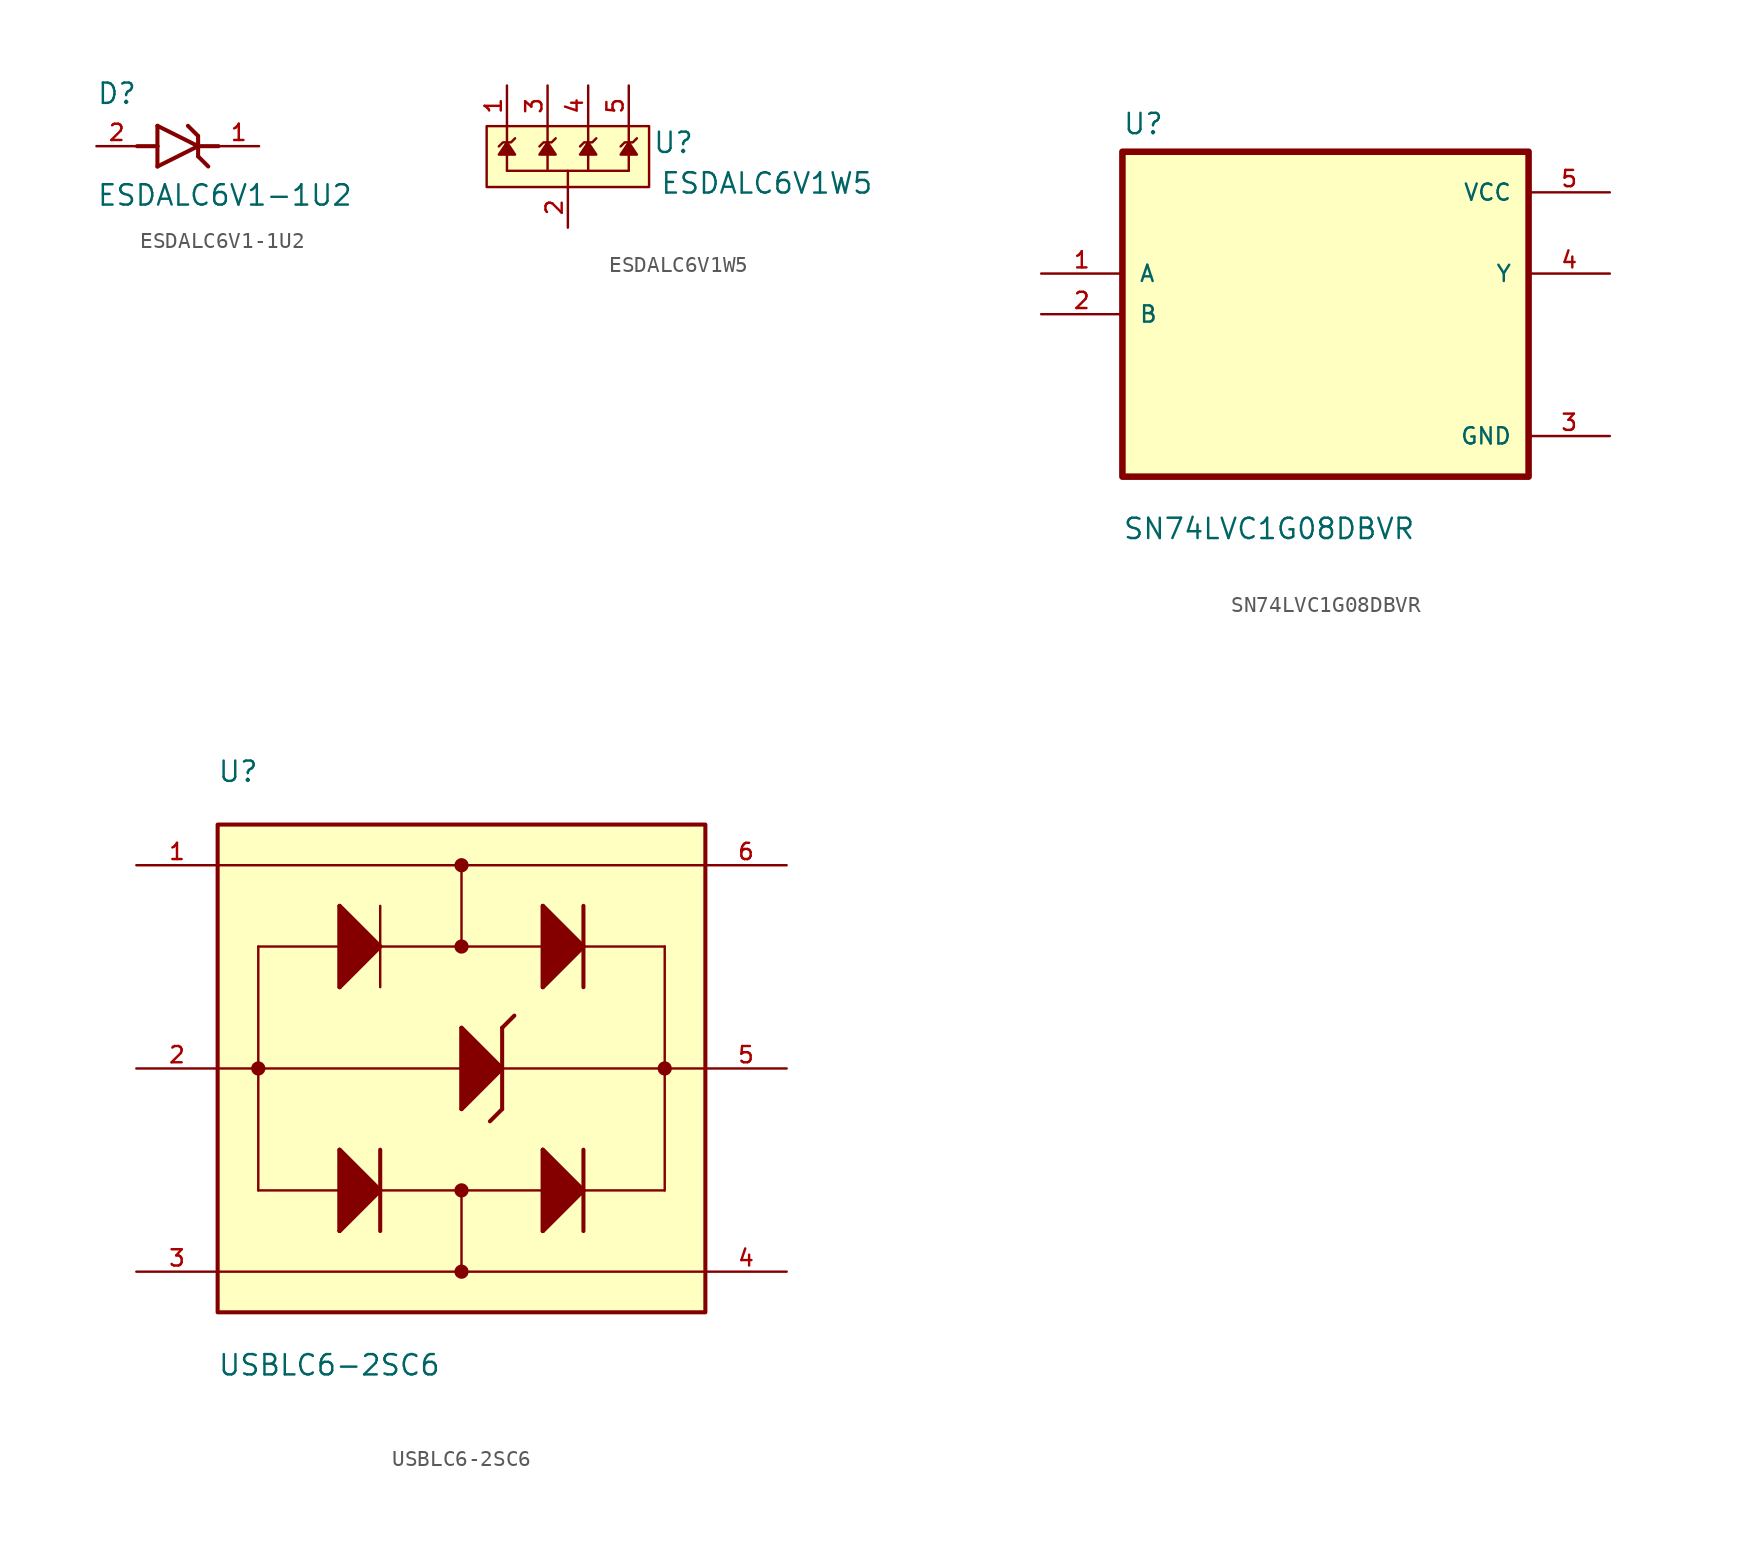
<source format=kicad_sym>
(kicad_symbol_lib
  (version 20231120)
  (generator "kicad_symbol_editor")
  (generator_version "8.0")
  (symbol "ESDALC6V1-1U2"
    (pin_names
      (offset 1.016))
    (property "Reference" "D"
      (at -5.08 2.54 0)
      (effects (font (size 1.27 1.27)) (justify left bottom)))
    (property "Value" "ESDALC6V1-1U2"
      (at -5.08 -3.81 0)
      (effects (font (size 1.27 1.27)) (justify left bottom)))
    (symbol "ESDALC6V1-1U2_0_0"
      (polyline (pts (xy -2.54 0) (xy -1.27 0)) (stroke (width 0.254) (type default)) (fill (type none)))
      (polyline (pts (xy -1.27 -1.27) (xy 1.27 0)) (stroke (width 0.254) (type default)) (fill (type none)))
      (polyline (pts (xy -1.27 0) (xy -1.27 -1.27)) (stroke (width 0.254) (type default)) (fill (type none)))
      (polyline (pts (xy -1.27 1.27) (xy -1.27 0)) (stroke (width 0.254) (type default)) (fill (type none)))
      (polyline (pts (xy 0.635 1.27) (xy 1.27 0.635)) (stroke (width 0.254) (type default)) (fill (type none)))
      (polyline (pts (xy 1.27 -0.635) (xy 1.905 -1.27)) (stroke (width 0.254) (type default)) (fill (type none)))
      (polyline (pts (xy 1.27 0) (xy -1.27 1.27)) (stroke (width 0.254) (type default)) (fill (type none)))
      (polyline (pts (xy 1.27 0) (xy 1.27 -0.635)) (stroke (width 0.254) (type default)) (fill (type none)))
      (polyline (pts (xy 1.27 0.635) (xy 1.27 0)) (stroke (width 0.254) (type default)) (fill (type none)))
      (polyline (pts (xy 2.54 0) (xy 1.27 0)) (stroke (width 0.254) (type default)) (fill (type none)))
      (pin passive line (at 5.08 0 180) (length 2.54) (name "~" (effects (font (size 1.016 1.016)))) (number "1" (effects (font (size 1.016 1.016)))))
      (pin passive line (at -5.08 0 0) (length 2.54) (name "~" (effects (font (size 1.016 1.016)))) (number "2" (effects (font (size 1.016 1.016)))))))
  (symbol "ESDALC6V1W5"
    (pin_names
      (offset 1.016))
    (property "Reference" "U"
      (at 6.604 -1.778 0)
      (effects (font (size 1.27 1.27)) (justify bottom)))
    (property "Value" "ESDALC6V1W5"
      (at 12.446 -4.318 0)
      (effects (font (size 1.27 1.27)) (justify bottom)))
    (symbol "ESDALC6V1W5_0_1"
      (rectangle (start -5.08 0) (end 5.08 -3.81) (stroke (width 0) (type default)) (fill (type background)))
      (polyline (pts (xy -3.81 -2.794) (xy 3.81 -2.794)) (stroke (width 0) (type default)) (fill (type none)))
      (polyline (pts (xy -3.81 -1.778) (xy -3.81 -2.794)) (stroke (width 0) (type default)) (fill (type none)))
      (polyline (pts (xy -3.81 -1.016) (xy -3.81 0)) (stroke (width 0) (type default)) (fill (type none)))
      (polyline (pts (xy -1.27 -1.778) (xy -1.27 -2.794)) (stroke (width 0) (type default)) (fill (type none)))
      (polyline (pts (xy -1.27 -1.016) (xy -1.27 0)) (stroke (width 0) (type default)) (fill (type none)))
      (polyline (pts (xy 0 -2.794) (xy 0 -3.81)) (stroke (width 0) (type default)) (fill (type none)))
      (polyline (pts (xy 1.27 -1.778) (xy 1.27 -2.794)) (stroke (width 0) (type default)) (fill (type none)))
      (polyline (pts (xy 1.27 -1.016) (xy 1.27 0)) (stroke (width 0) (type default)) (fill (type none)))
      (polyline (pts (xy 3.81 -1.778) (xy 3.81 -2.794)) (stroke (width 0) (type default)) (fill (type none)))
      (polyline (pts (xy 3.81 -1.016) (xy 3.81 0)) (stroke (width 0) (type default)) (fill (type none)))
      (polyline (pts (xy -4.318 -1.27) (xy -4.064 -1.016) (xy -3.556 -1.016) (xy -3.302 -0.762)) (stroke (width 0) (type default)) (fill (type none)))
      (polyline (pts (xy -3.81 -1.016) (xy -4.318 -1.778) (xy -3.302 -1.778) (xy -3.81 -1.016)) (stroke (width 0) (type default)) (fill (type outline)))
      (polyline (pts (xy -1.778 -1.27) (xy -1.524 -1.016) (xy -1.016 -1.016) (xy -0.762 -0.762)) (stroke (width 0) (type default)) (fill (type none)))
      (polyline (pts (xy -1.27 -1.016) (xy -1.778 -1.778) (xy -0.762 -1.778) (xy -1.27 -1.016)) (stroke (width 0) (type default)) (fill (type outline)))
      (polyline (pts (xy 0.762 -1.27) (xy 1.016 -1.016) (xy 1.524 -1.016) (xy 1.778 -0.762)) (stroke (width 0) (type default)) (fill (type none)))
      (polyline (pts (xy 1.27 -1.016) (xy 0.762 -1.778) (xy 1.778 -1.778) (xy 1.27 -1.016)) (stroke (width 0) (type default)) (fill (type outline)))
      (polyline (pts (xy 3.302 -1.27) (xy 3.556 -1.016) (xy 4.064 -1.016) (xy 4.318 -0.762)) (stroke (width 0) (type default)) (fill (type none)))
      (polyline (pts (xy 3.81 -1.016) (xy 3.302 -1.778) (xy 4.318 -1.778) (xy 3.81 -1.016)) (stroke (width 0) (type default)) (fill (type outline))))
    (symbol "ESDALC6V1W5_1_0"
      (pin bidirectional line (at -3.81 2.54 270) (length 2.54) (name "" (effects (font (size 1.016 1.016)))) (number "1" (effects (font (size 1.016 1.016)))))
      (pin bidirectional line (at -1.27 2.54 270) (length 2.54) (name "" (effects (font (size 1.016 1.016)))) (number "3" (effects (font (size 1.016 1.016)))))
      (pin bidirectional line (at 1.27 2.54 270) (length 2.54) (name "" (effects (font (size 1.016 1.016)))) (number "4" (effects (font (size 1.016 1.016)))))
      (pin bidirectional line (at 3.81 2.54 270) (length 2.54) (name "" (effects (font (size 1.016 1.016)))) (number "5" (effects (font (size 1.016 1.016)))))
      (pin power_in line (at 0 -6.35 90) (length 2.54) (name "" (effects (font (size 1.016 1.016)))) (number "2" (effects (font (size 1.016 1.016)))))))
  (symbol "SN74LVC1G08DBVR"
    (pin_names
      (offset 1.016))
    (property "Reference" "U"
      (at -12.7 11.16 0)
      (effects (font (size 1.27 1.27)) (justify left bottom)))
    (property "Value" "SN74LVC1G08DBVR"
      (at -12.7 -14.16 0)
      (effects (font (size 1.27 1.27)) (justify left bottom)))
    (symbol "SN74LVC1G08DBVR_0_0"
      (rectangle (start -12.7 -10.16) (end 12.7 10.16) (stroke (width 0.41) (type default)) (fill (type background)))
      (pin input line (at -17.78 2.54 0) (length 5.08) (name "A" (effects (font (size 1.016 1.016)))) (number "1" (effects (font (size 1.016 1.016)))))
      (pin input line (at -17.78 0 0) (length 5.08) (name "B" (effects (font (size 1.016 1.016)))) (number "2" (effects (font (size 1.016 1.016)))))
      (pin power_in line (at 17.78 -7.62 180) (length 5.08) (name "GND" (effects (font (size 1.016 1.016)))) (number "3" (effects (font (size 1.016 1.016)))))
      (pin output line (at 17.78 2.54 180) (length 5.08) (name "Y" (effects (font (size 1.016 1.016)))) (number "4" (effects (font (size 1.016 1.016)))))
      (pin power_in line (at 17.78 7.62 180) (length 5.08) (name "VCC" (effects (font (size 1.016 1.016)))) (number "5" (effects (font (size 1.016 1.016)))))))
  (symbol "USBLC6-2SC6"
    (pin_names
      (offset 1.016))
    (property "Reference" "U"
      (at -15.269 17.809 0)
      (effects (font (size 1.27 1.27)) (justify left bottom)))
    (property "Value" "USBLC6-2SC6"
      (at -15.256 -17.796 0)
      (effects (font (size 1.27 1.27)) (justify left top)))
    (symbol "USBLC6-2SC6_0_0"
      (rectangle (start -15.24 -15.24) (end 15.24 15.24) (stroke (width 0.254) (type default)) (fill (type background)))
      (circle (center -12.7 0) (radius 0.254) (stroke (width 0.381) (type default)) (fill (type none)))
      (circle (center 0 -12.7) (radius 0.254) (stroke (width 0.381) (type default)) (fill (type none)))
      (circle (center 0 -7.62) (radius 0.254) (stroke (width 0.381) (type default)) (fill (type none)))
      (polyline (pts (xy -15.24 -12.7) (xy 0 -12.7)) (stroke (width 0.152) (type default)) (fill (type none)))
      (polyline (pts (xy -15.24 12.7) (xy 0 12.7)) (stroke (width 0.152) (type default)) (fill (type none)))
      (polyline (pts (xy -12.7 -7.62) (xy -7.62 -7.62)) (stroke (width 0.152) (type default)) (fill (type none)))
      (polyline (pts (xy -12.7 0) (xy -15.24 0)) (stroke (width 0.152) (type default)) (fill (type none)))
      (polyline (pts (xy -12.7 0) (xy -12.7 -7.62)) (stroke (width 0.152) (type default)) (fill (type none)))
      (polyline (pts (xy -12.7 0) (xy 0 0)) (stroke (width 0.152) (type default)) (fill (type none)))
      (polyline (pts (xy -12.7 7.62) (xy -12.7 0)) (stroke (width 0.152) (type default)) (fill (type none)))
      (polyline (pts (xy -12.7 7.62) (xy -7.62 7.62)) (stroke (width 0.152) (type default)) (fill (type none)))
      (polyline (pts (xy -7.62 -10.16) (xy -7.62 -7.62)) (stroke (width 0.254) (type default)) (fill (type none)))
      (polyline (pts (xy -7.62 -7.62) (xy -7.62 -5.08)) (stroke (width 0.254) (type default)) (fill (type none)))
      (polyline (pts (xy -7.62 -5.08) (xy -5.08 -7.62)) (stroke (width 0.254) (type default)) (fill (type none)))
      (polyline (pts (xy -7.62 5.08) (xy -7.62 7.62)) (stroke (width 0.254) (type default)) (fill (type none)))
      (polyline (pts (xy -7.62 7.62) (xy -7.62 10.16)) (stroke (width 0.254) (type default)) (fill (type none)))
      (polyline (pts (xy -7.62 10.16) (xy -5.08 7.62)) (stroke (width 0.254) (type default)) (fill (type none)))
      (polyline (pts (xy -5.08 -7.62) (xy -7.62 -10.16)) (stroke (width 0.254) (type default)) (fill (type none)))
      (polyline (pts (xy -5.08 -7.62) (xy -5.08 -10.16)) (stroke (width 0.254) (type default)) (fill (type none)))
      (polyline (pts (xy -5.08 -7.62) (xy 0 -7.62)) (stroke (width 0.152) (type default)) (fill (type none)))
      (polyline (pts (xy -5.08 -5.08) (xy -5.08 -7.62)) (stroke (width 0.254) (type default)) (fill (type none)))
      (polyline (pts (xy -5.08 7.62) (xy -7.62 5.08)) (stroke (width 0.254) (type default)) (fill (type none)))
      (polyline (pts (xy -5.08 7.62) (xy -5.08 5.08)) (stroke (width 0.152) (type default)) (fill (type none)))
      (polyline (pts (xy -5.08 7.62) (xy 0 7.62)) (stroke (width 0.152) (type default)) (fill (type none)))
      (polyline (pts (xy -5.08 10.16) (xy -5.08 7.62)) (stroke (width 0.152) (type default)) (fill (type none)))
      (polyline (pts (xy 0 -7.62) (xy 0 -12.7)) (stroke (width 0.152) (type default)) (fill (type none)))
      (polyline (pts (xy 0 -7.62) (xy 5.08 -7.62)) (stroke (width 0.152) (type default)) (fill (type none)))
      (polyline (pts (xy 0 -2.54) (xy 0 0)) (stroke (width 0.254) (type default)) (fill (type none)))
      (polyline (pts (xy 0 0) (xy 0 2.54)) (stroke (width 0.254) (type default)) (fill (type none)))
      (polyline (pts (xy 0 2.54) (xy 2.54 0)) (stroke (width 0.254) (type default)) (fill (type none)))
      (polyline (pts (xy 0 7.62) (xy 0 12.7)) (stroke (width 0.152) (type default)) (fill (type none)))
      (polyline (pts (xy 0 7.62) (xy 5.08 7.62)) (stroke (width 0.152) (type default)) (fill (type none)))
      (polyline (pts (xy 0 12.7) (xy 15.24 12.7)) (stroke (width 0.152) (type default)) (fill (type none)))
      (polyline (pts (xy 2.54 -2.54) (xy 1.778 -3.302)) (stroke (width 0.254) (type default)) (fill (type none)))
      (polyline (pts (xy 2.54 0) (xy 0 -2.54)) (stroke (width 0.254) (type default)) (fill (type none)))
      (polyline (pts (xy 2.54 0) (xy 12.7 0)) (stroke (width 0.152) (type default)) (fill (type none)))
      (polyline (pts (xy 2.54 2.54) (xy 2.54 -2.54)) (stroke (width 0.254) (type default)) (fill (type none)))
      (polyline (pts (xy 2.54 2.54) (xy 3.302 3.302)) (stroke (width 0.254) (type default)) (fill (type none)))
      (polyline (pts (xy 5.08 -10.16) (xy 5.08 -7.62)) (stroke (width 0.254) (type default)) (fill (type none)))
      (polyline (pts (xy 5.08 -7.62) (xy 5.08 -5.08)) (stroke (width 0.254) (type default)) (fill (type none)))
      (polyline (pts (xy 5.08 -5.08) (xy 7.62 -7.62)) (stroke (width 0.254) (type default)) (fill (type none)))
      (polyline (pts (xy 5.08 5.08) (xy 5.08 7.62)) (stroke (width 0.254) (type default)) (fill (type none)))
      (polyline (pts (xy 5.08 7.62) (xy 5.08 10.16)) (stroke (width 0.254) (type default)) (fill (type none)))
      (polyline (pts (xy 5.08 10.16) (xy 7.62 7.62)) (stroke (width 0.254) (type default)) (fill (type none)))
      (polyline (pts (xy 7.62 -7.62) (xy 5.08 -10.16)) (stroke (width 0.254) (type default)) (fill (type none)))
      (polyline (pts (xy 7.62 -7.62) (xy 7.62 -10.16)) (stroke (width 0.254) (type default)) (fill (type none)))
      (polyline (pts (xy 7.62 -7.62) (xy 12.7 -7.62)) (stroke (width 0.152) (type default)) (fill (type none)))
      (polyline (pts (xy 7.62 -5.08) (xy 7.62 -7.62)) (stroke (width 0.254) (type default)) (fill (type none)))
      (polyline (pts (xy 7.62 7.62) (xy 5.08 5.08)) (stroke (width 0.254) (type default)) (fill (type none)))
      (polyline (pts (xy 7.62 7.62) (xy 7.62 5.08)) (stroke (width 0.254) (type default)) (fill (type none)))
      (polyline (pts (xy 7.62 7.62) (xy 12.7 7.62)) (stroke (width 0.152) (type default)) (fill (type none)))
      (polyline (pts (xy 7.62 10.16) (xy 7.62 7.62)) (stroke (width 0.254) (type default)) (fill (type none)))
      (polyline (pts (xy 12.7 0) (xy 12.7 -7.62)) (stroke (width 0.152) (type default)) (fill (type none)))
      (polyline (pts (xy 12.7 0) (xy 15.24 0)) (stroke (width 0.152) (type default)) (fill (type none)))
      (polyline (pts (xy 12.7 7.62) (xy 12.7 0)) (stroke (width 0.152) (type default)) (fill (type none)))
      (polyline (pts (xy 15.24 -12.7) (xy 0 -12.7)) (stroke (width 0.152) (type default)) (fill (type none)))
      (polyline (pts (xy -7.62 -5.08) (xy -7.62 -10.16) (xy -5.08 -7.62) (xy -7.62 -5.08)) (stroke (width 0.254) (type default)) (fill (type outline)))
      (polyline (pts (xy -7.62 10.16) (xy -7.62 5.08) (xy -5.08 7.62) (xy -7.62 10.16)) (stroke (width 0.254) (type default)) (fill (type outline)))
      (polyline (pts (xy 0 2.54) (xy 0 -2.54) (xy 2.54 0) (xy 0 2.54)) (stroke (width 0.254) (type default)) (fill (type outline)))
      (polyline (pts (xy 5.08 -5.08) (xy 5.08 -10.16) (xy 7.62 -7.62) (xy 5.08 -5.08)) (stroke (width 0.254) (type default)) (fill (type outline)))
      (polyline (pts (xy 5.08 10.16) (xy 5.08 5.08) (xy 7.62 7.62) (xy 5.08 10.16)) (stroke (width 0.254) (type default)) (fill (type outline)))
      (circle (center 0 7.62) (radius 0.254) (stroke (width 0.381) (type default)) (fill (type none)))
      (circle (center 0 12.7) (radius 0.254) (stroke (width 0.381) (type default)) (fill (type none)))
      (circle (center 12.7 0) (radius 0.254) (stroke (width 0.381) (type default)) (fill (type none)))
      (pin bidirectional line (at -20.32 12.7 0) (length 5.08) (name "~" (effects (font (size 1.016 1.016)))) (number "1" (effects (font (size 1.016 1.016)))))
      (pin power_in line (at -20.32 0 0) (length 5.08) (name "~" (effects (font (size 1.016 1.016)))) (number "2" (effects (font (size 1.016 1.016)))))
      (pin bidirectional line (at -20.32 -12.7 0) (length 5.08) (name "~" (effects (font (size 1.016 1.016)))) (number "3" (effects (font (size 1.016 1.016)))))
      (pin bidirectional line (at 20.32 -12.7 180) (length 5.08) (name "~" (effects (font (size 1.016 1.016)))) (number "4" (effects (font (size 1.016 1.016)))))
      (pin power_in line (at 20.32 0 180) (length 5.08) (name "~" (effects (font (size 1.016 1.016)))) (number "5" (effects (font (size 1.016 1.016)))))
      (pin bidirectional line (at 20.32 12.7 180) (length 5.08) (name "~" (effects (font (size 1.016 1.016)))) (number "6" (effects (font (size 1.016 1.016))))))))
</source>
